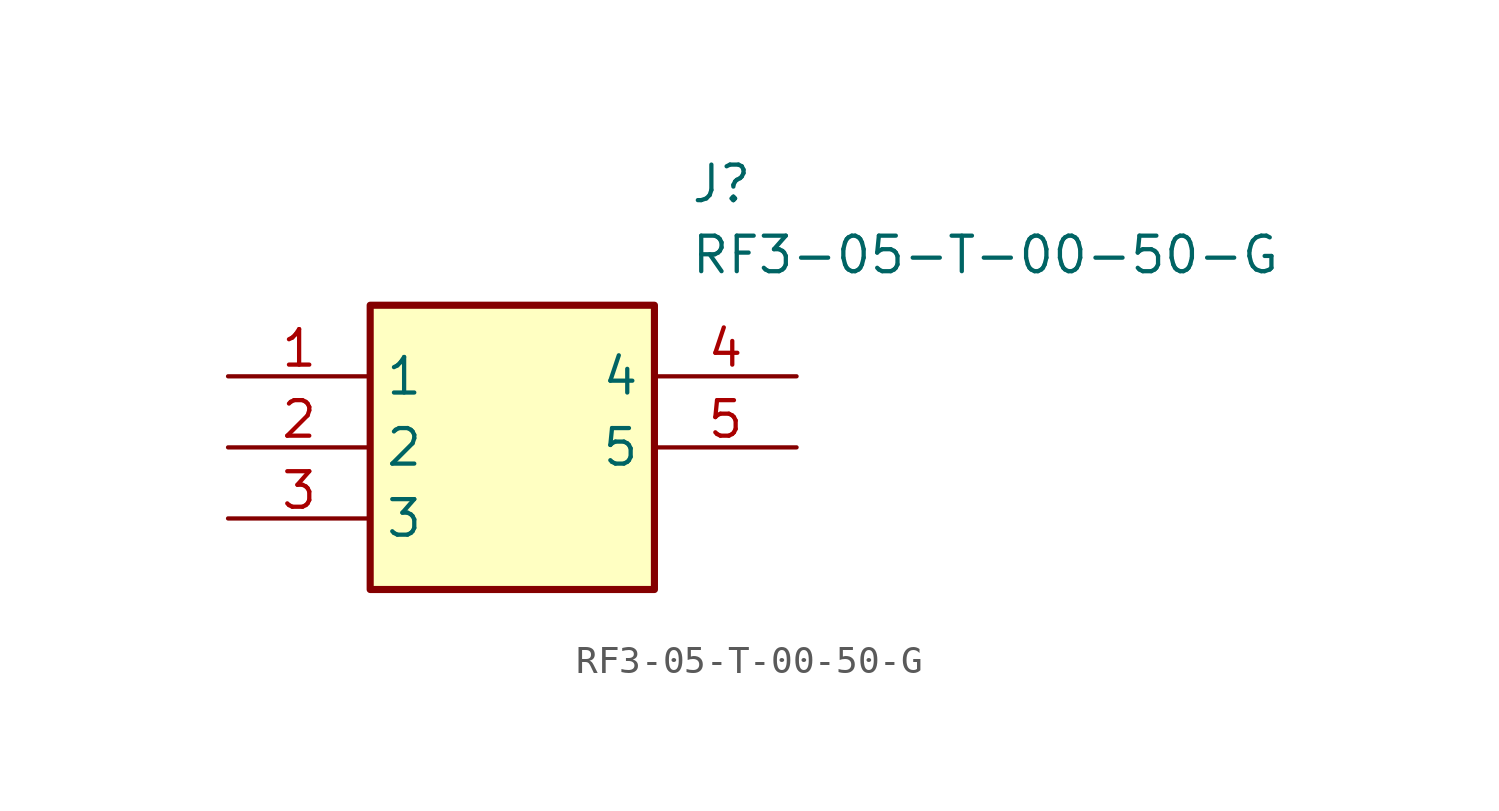
<source format=kicad_sym>
(kicad_symbol_lib
  (version 20211014)
  (generator SamacSys_ECAD_Model)
  (symbol "RF3-05-T-00-50-G"
    (property "Reference" "J"
      (at 16.51 7.62 0)
      (effects (font (size 1.27 1.27)) (justify left top)))
    (property "Value" "RF3-05-T-00-50-G"
      (at 16.51 5.08 0)
      (effects (font (size 1.27 1.27)) (justify left top)))
    (rectangle
      (start 5.08 2.54)
      (end 15.24 -7.62)
      (stroke (width 0.254) (type default))
      (fill (type background)))
    (pin passive line
      (at 0 0 0)
      (length 5.08)
      (name "1" (effects (font (size 1.27 1.27))))
      (number "1" (effects (font (size 1.27 1.27)))))
    (pin passive line
      (at 0 -2.54 0)
      (length 5.08)
      (name "2" (effects (font (size 1.27 1.27))))
      (number "2" (effects (font (size 1.27 1.27)))))
    (pin passive line
      (at 0 -5.08 0)
      (length 5.08)
      (name "3" (effects (font (size 1.27 1.27))))
      (number "3" (effects (font (size 1.27 1.27)))))
    (pin passive line
      (at 20.32 0 180)
      (length 5.08)
      (name "4" (effects (font (size 1.27 1.27))))
      (number "4" (effects (font (size 1.27 1.27)))))
    (pin passive line
      (at 20.32 -2.54 180)
      (length 5.08)
      (name "5" (effects (font (size 1.27 1.27))))
      (number "5" (effects (font (size 1.27 1.27)))))))
</source>
